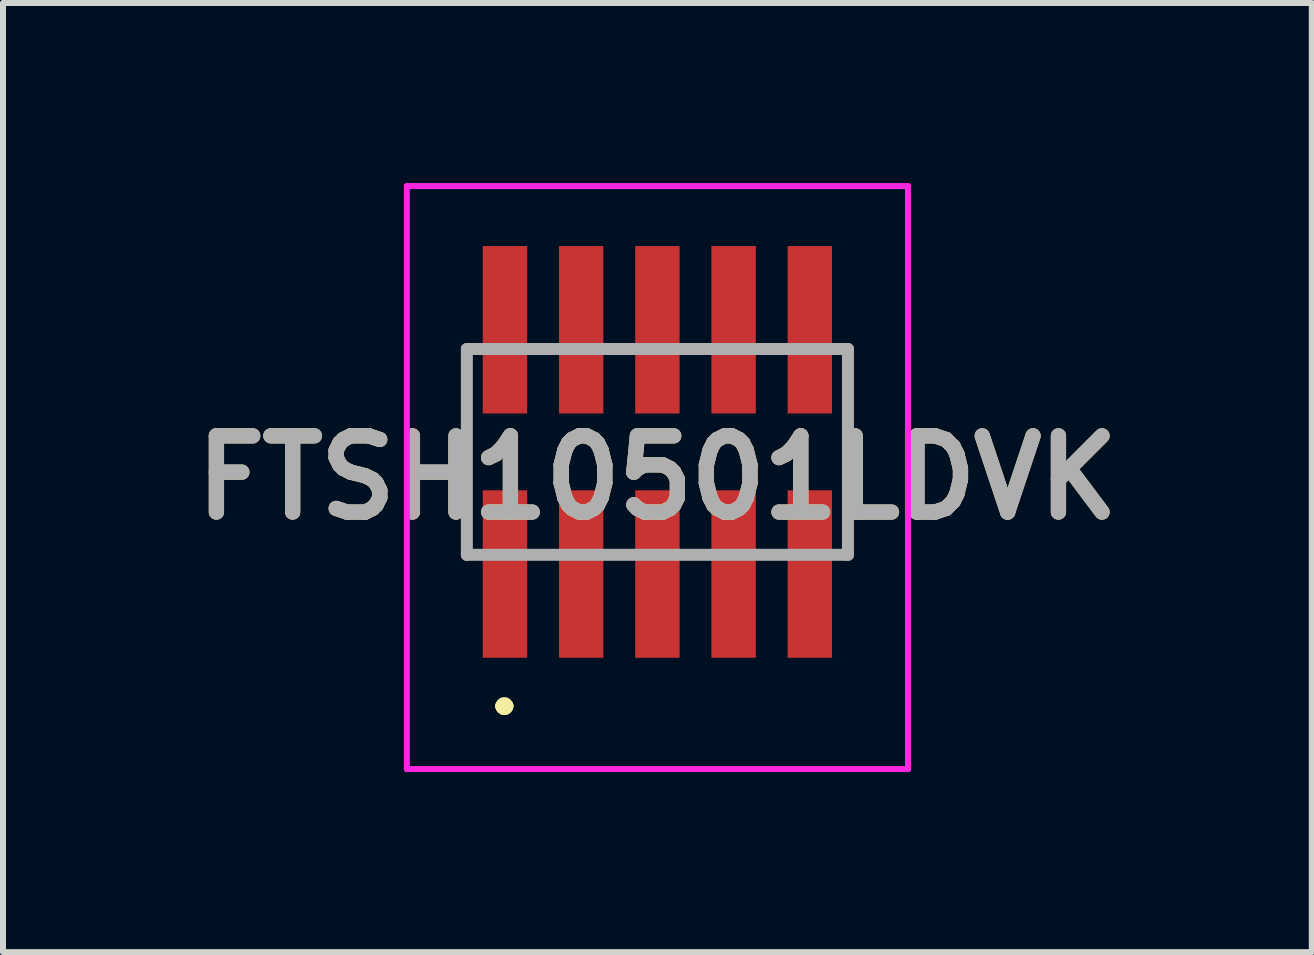
<source format=kicad_pcb>
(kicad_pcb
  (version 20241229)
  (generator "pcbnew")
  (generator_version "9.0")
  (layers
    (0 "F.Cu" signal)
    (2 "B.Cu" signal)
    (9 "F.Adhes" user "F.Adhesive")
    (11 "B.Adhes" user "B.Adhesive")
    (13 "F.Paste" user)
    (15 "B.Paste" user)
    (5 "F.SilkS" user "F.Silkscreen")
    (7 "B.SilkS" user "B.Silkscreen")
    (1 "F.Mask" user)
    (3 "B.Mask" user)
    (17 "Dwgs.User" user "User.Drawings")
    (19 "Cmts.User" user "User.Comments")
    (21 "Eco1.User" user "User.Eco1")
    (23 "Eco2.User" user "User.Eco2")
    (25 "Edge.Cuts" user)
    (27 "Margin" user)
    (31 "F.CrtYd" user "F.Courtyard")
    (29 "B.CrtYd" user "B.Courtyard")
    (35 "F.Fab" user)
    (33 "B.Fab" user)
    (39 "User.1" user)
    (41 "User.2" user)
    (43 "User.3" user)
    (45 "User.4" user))
  (footprint "FTSH10501LDVK"
    (layer "F.Cu")
    (at 7.904 6.515)
    (property "Reference" "FTSH10501LDVK" (at 0 -1.607 0) (layer "F.SilkS") (effects (font (size 1.27 1.27) (thickness 0.254))))
    (attr smd)
    (fp_line (start -2.6 2.2) (end -2.6 2.2) (stroke (width 0.2) (type solid)) (layer "F.SilkS"))
    (fp_line (start -2.6 2.2) (end -2.6 2.2) (stroke (width 0.2) (type solid)) (layer "F.SilkS"))
    (fp_line (start -2.5 2.2) (end -2.5 2.2) (stroke (width 0.2) (type solid)) (layer "F.SilkS"))
    (fp_arc (start -2.6 2.2) (mid -2.55 2.15) (end -2.5 2.2) (stroke (width 0.2) (type solid)) (layer "F.SilkS"))
    (fp_arc (start -2.5 2.2) (mid -2.55 2.25) (end -2.6 2.2) (stroke (width 0.2) (type solid)) (layer "F.SilkS"))
    (fp_arc (start -2.5 2.2) (mid -2.55 2.25) (end -2.6 2.2) (stroke (width 0.2) (type solid)) (layer "F.SilkS"))
    (fp_line (start -4.175 -6.465) (end 4.175 -6.465) (stroke (width 0.1) (type solid)) (layer "F.CrtYd"))
    (fp_line (start -4.175 3.25) (end -4.175 -6.465) (stroke (width 0.1) (type solid)) (layer "F.CrtYd"))
    (fp_line (start 4.175 -6.465) (end 4.175 3.25) (stroke (width 0.1) (type solid)) (layer "F.CrtYd"))
    (fp_line (start 4.175 3.25) (end -4.175 3.25) (stroke (width 0.1) (type solid)) (layer "F.CrtYd"))
    (fp_line (start -3.175 -3.75) (end -3.175 -0.32) (stroke (width 0.2) (type solid)) (layer "F.Fab"))
    (fp_line (start -3.175 -0.32) (end 3.175 -0.32) (stroke (width 0.2) (type solid)) (layer "F.Fab"))
    (fp_line (start 3.175 -3.75) (end -3.175 -3.75) (stroke (width 0.2) (type solid)) (layer "F.Fab"))
    (fp_line (start 3.175 -0.32) (end 3.175 -3.75) (stroke (width 0.2) (type solid)) (layer "F.Fab"))
    (fp_text user "${REFERENCE}" (at 0 -1.607 0) (layer "F.Fab") (effects (font (size 1.27 1.27) (thickness 0.254))))
    (pad "1" smd rect (at -2.54 0) (size 0.74 2.79) (layers "F.Cu" "F.Mask" "F.Paste"))
    (pad "2" smd rect (at -2.54 -4.07) (size 0.74 2.79) (layers "F.Cu" "F.Mask" "F.Paste"))
    (pad "3" smd rect (at -1.27 0) (size 0.74 2.79) (layers "F.Cu" "F.Mask" "F.Paste"))
    (pad "4" smd rect (at -1.27 -4.07) (size 0.74 2.79) (layers "F.Cu" "F.Mask" "F.Paste"))
    (pad "5" smd rect (at 0 0) (size 0.74 2.79) (layers "F.Cu" "F.Mask" "F.Paste"))
    (pad "6" smd rect (at 0 -4.07) (size 0.74 2.79) (layers "F.Cu" "F.Mask" "F.Paste"))
    (pad "7" smd rect (at 1.27 0) (size 0.74 2.79) (layers "F.Cu" "F.Mask" "F.Paste"))
    (pad "8" smd rect (at 1.27 -4.07) (size 0.74 2.79) (layers "F.Cu" "F.Mask" "F.Paste"))
    (pad "9" smd rect (at 2.54 0) (size 0.74 2.79) (layers "F.Cu" "F.Mask" "F.Paste"))
    (pad "10" smd rect (at 2.54 -4.07) (size 0.74 2.79) (layers "F.Cu" "F.Mask" "F.Paste")))
  (gr_rect
    (start -3 -3)
    (end 18.808 12.815)
    (stroke (width 0.1) (type default))
    (fill no)
    (layer "Edge.Cuts")))
</source>
